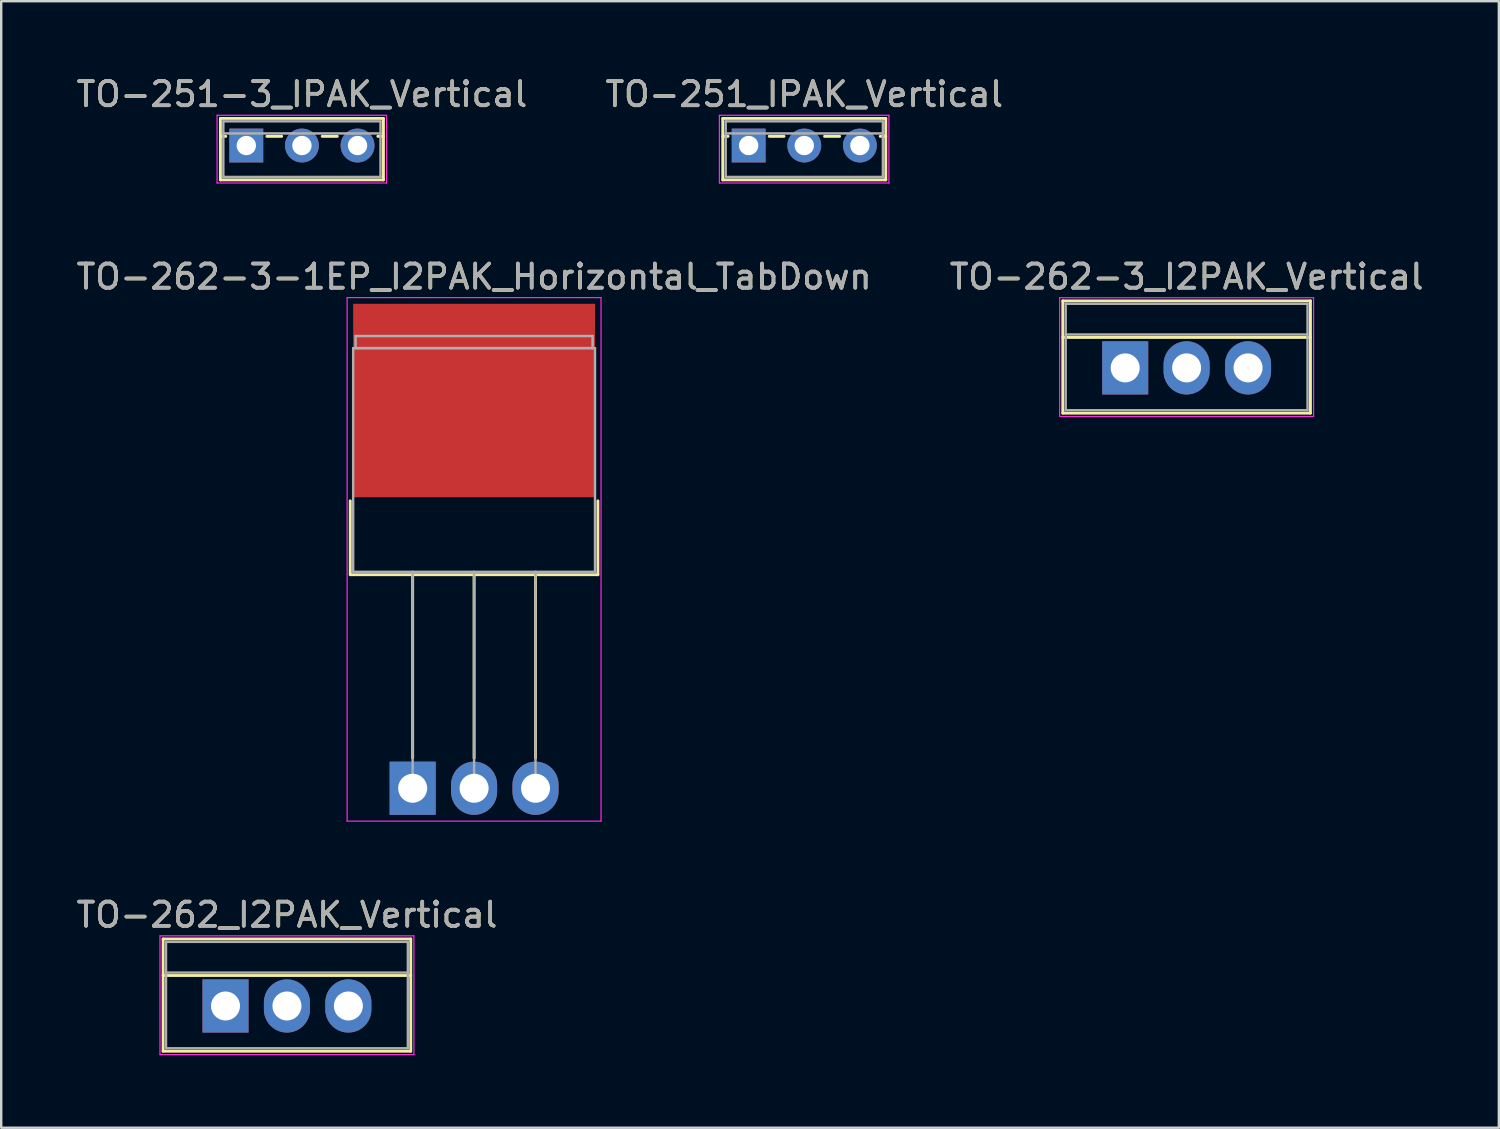
<source format=kicad_pcb>
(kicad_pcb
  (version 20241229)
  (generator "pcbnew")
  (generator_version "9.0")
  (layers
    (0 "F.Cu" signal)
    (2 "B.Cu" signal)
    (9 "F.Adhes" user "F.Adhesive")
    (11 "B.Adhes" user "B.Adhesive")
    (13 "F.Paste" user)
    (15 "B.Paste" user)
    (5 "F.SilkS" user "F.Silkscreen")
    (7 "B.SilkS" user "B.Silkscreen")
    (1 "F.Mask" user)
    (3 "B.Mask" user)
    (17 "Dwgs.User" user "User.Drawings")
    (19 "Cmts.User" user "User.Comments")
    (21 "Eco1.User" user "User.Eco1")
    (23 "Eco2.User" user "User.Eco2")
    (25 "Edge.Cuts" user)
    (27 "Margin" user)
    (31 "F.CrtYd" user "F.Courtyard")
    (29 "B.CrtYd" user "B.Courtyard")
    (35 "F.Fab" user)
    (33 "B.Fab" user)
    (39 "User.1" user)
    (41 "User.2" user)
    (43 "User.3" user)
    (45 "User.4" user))
  (footprint "TO-262_I2PAK_Vertical"
    (layer "F.Cu")
    (at 6.275 38.548)
    (property "Reference" "TO-262_I2PAK_Vertical" (at 2.54 -3.77 0) (layer "F.SilkS") (effects (font (size 1 1) (thickness 0.15))))
    (attr through_hole)
    (fp_line (start -2.58 -2.77) (end -2.58 1.871) (stroke (width 0.12) (type solid)) (layer "F.SilkS"))
    (fp_line (start -2.58 -2.77) (end 7.66 -2.77) (stroke (width 0.12) (type solid)) (layer "F.SilkS"))
    (fp_line (start -2.58 -1.26) (end 7.66 -1.26) (stroke (width 0.12) (type solid)) (layer "F.SilkS"))
    (fp_line (start -2.58 1.871) (end 7.66 1.871) (stroke (width 0.12) (type solid)) (layer "F.SilkS"))
    (fp_line (start 7.66 -2.77) (end 7.66 1.871) (stroke (width 0.12) (type solid)) (layer "F.SilkS"))
    (fp_line (start -2.71 -2.9) (end -2.71 2.01) (stroke (width 0.05) (type solid)) (layer "F.CrtYd"))
    (fp_line (start -2.71 2.01) (end 7.79 2.01) (stroke (width 0.05) (type solid)) (layer "F.CrtYd"))
    (fp_line (start 7.79 -2.9) (end -2.71 -2.9) (stroke (width 0.05) (type solid)) (layer "F.CrtYd"))
    (fp_line (start 7.79 2.01) (end 7.79 -2.9) (stroke (width 0.05) (type solid)) (layer "F.CrtYd"))
    (fp_line (start -2.46 -2.65) (end -2.46 1.75) (stroke (width 0.1) (type solid)) (layer "F.Fab"))
    (fp_line (start -2.46 -1.38) (end 7.54 -1.38) (stroke (width 0.1) (type solid)) (layer "F.Fab"))
    (fp_line (start -2.46 1.75) (end 7.54 1.75) (stroke (width 0.1) (type solid)) (layer "F.Fab"))
    (fp_line (start 7.54 -2.65) (end -2.46 -2.65) (stroke (width 0.1) (type solid)) (layer "F.Fab"))
    (fp_line (start 7.54 1.75) (end 7.54 -2.65) (stroke (width 0.1) (type solid)) (layer "F.Fab"))
    (fp_text user "${REFERENCE}" (at 2.54 -3.77 0) (layer "F.Fab") (effects (font (size 1 1) (thickness 0.15))))
    (pad "1" thru_hole rect (at 0 0) (size 1.905 2.2) (drill 1.2) (layers "*.Cu" "*.Mask"))
    (pad "2" thru_hole oval (at 2.54 0) (size 1.905 2.2) (drill 1.2) (layers "*.Cu" "*.Mask"))
    (pad "3" thru_hole oval (at 5.08 0) (size 1.905 2.2) (drill 1.2) (layers "*.Cu" "*.Mask")))
  (footprint "TO-262-3-1EP_I2PAK_Horizontal_TabDown"
    (layer "F.Cu")
    (at 14.014 29.545)
    (property "Reference" "TO-262-3-1EP_I2PAK_Horizontal_TabDown" (at 2.54 -21.153 0) (layer "F.SilkS") (effects (font (size 1 1) (thickness 0.15))))
    (attr through_hole)
    (fp_line (start -2.58 -11.884) (end -2.58 -8.83) (stroke (width 0.12) (type solid)) (layer "F.SilkS"))
    (fp_line (start -2.58 -8.83) (end 7.66 -8.83) (stroke (width 0.12) (type solid)) (layer "F.SilkS"))
    (fp_line (start 0 -8.83) (end 0 -1.25) (stroke (width 0.12) (type solid)) (layer "F.SilkS"))
    (fp_line (start 2.54 -8.83) (end 2.54 -1.25) (stroke (width 0.12) (type solid)) (layer "F.SilkS"))
    (fp_line (start 5.08 -8.83) (end 5.08 -1.25) (stroke (width 0.12) (type solid)) (layer "F.SilkS"))
    (fp_line (start 7.66 -11.884) (end 7.66 -8.83) (stroke (width 0.12) (type solid)) (layer "F.SilkS"))
    (fp_line (start -2.71 -20.29) (end -2.71 1.36) (stroke (width 0.05) (type solid)) (layer "F.CrtYd"))
    (fp_line (start -2.71 1.36) (end 7.79 1.36) (stroke (width 0.05) (type solid)) (layer "F.CrtYd"))
    (fp_line (start 7.79 -20.29) (end -2.71 -20.29) (stroke (width 0.05) (type solid)) (layer "F.CrtYd"))
    (fp_line (start 7.79 1.36) (end 7.79 -20.29) (stroke (width 0.05) (type solid)) (layer "F.CrtYd"))
    (fp_line (start -2.46 -18.2) (end 7.54 -18.2) (stroke (width 0.1) (type solid)) (layer "F.Fab"))
    (fp_line (start -2.46 -8.95) (end -2.46 -18.2) (stroke (width 0.1) (type solid)) (layer "F.Fab"))
    (fp_line (start -2.36 -18.7) (end 7.44 -18.7) (stroke (width 0.1) (type solid)) (layer "F.Fab"))
    (fp_line (start -2.36 -18.2) (end -2.36 -18.7) (stroke (width 0.1) (type solid)) (layer "F.Fab"))
    (fp_line (start 0 -8.95) (end 0 0) (stroke (width 0.1) (type solid)) (layer "F.Fab"))
    (fp_line (start 2.54 -8.95) (end 2.54 0) (stroke (width 0.1) (type solid)) (layer "F.Fab"))
    (fp_line (start 5.08 -8.95) (end 5.08 0) (stroke (width 0.1) (type solid)) (layer "F.Fab"))
    (fp_line (start 7.44 -18.7) (end 7.44 -18.2) (stroke (width 0.1) (type solid)) (layer "F.Fab"))
    (fp_line (start 7.44 -18.2) (end -2.36 -18.2) (stroke (width 0.1) (type solid)) (layer "F.Fab"))
    (fp_line (start 7.54 -18.2) (end 7.54 -8.95) (stroke (width 0.1) (type solid)) (layer "F.Fab"))
    (fp_line (start 7.54 -8.95) (end -2.46 -8.95) (stroke (width 0.1) (type solid)) (layer "F.Fab"))
    (fp_text user "${REFERENCE}" (at 2.54 -21.153 0) (layer "F.Fab") (effects (font (size 1 1) (thickness 0.15))))
    (pad "1" thru_hole rect (at 0 0) (size 1.905 2.2) (drill 1.2) (layers "*.Cu" "*.Mask"))
    (pad "2" thru_hole oval (at 2.54 0) (size 1.905 2.2) (drill 1.2) (layers "*.Cu" "*.Mask"))
    (pad "3" thru_hole oval (at 5.08 0) (size 1.905 2.2) (drill 1.2) (layers "*.Cu" "*.Mask"))
    (pad "4" smd rect (at 2.54 -16.033) (size 10 8) (layers "F.Cu" "F.Mask")))
  (footprint "TO-251_IPAK_Vertical"
    (layer "F.Cu")
    (at 27.908 2.968)
    (property "Reference" "TO-251_IPAK_Vertical" (at 2.3 -2.12 0) (layer "F.SilkS") (effects (font (size 1 1) (thickness 0.15))))
    (attr through_hole)
    (fp_line (start -1.071 -1.12) (end -1.071 1.42) (stroke (width 0.12) (type solid)) (layer "F.SilkS"))
    (fp_line (start -1.071 -1.12) (end 5.67 -1.12) (stroke (width 0.12) (type solid)) (layer "F.SilkS"))
    (fp_line (start -1.071 -0.381) (end -0.85 -0.381) (stroke (width 0.12) (type solid)) (layer "F.SilkS"))
    (fp_line (start -1.071 1.42) (end 5.67 1.42) (stroke (width 0.12) (type solid)) (layer "F.SilkS"))
    (fp_line (start 0.85 -0.381) (end 1.462 -0.381) (stroke (width 0.12) (type solid)) (layer "F.SilkS"))
    (fp_line (start 3.139 -0.381) (end 3.762 -0.381) (stroke (width 0.12) (type solid)) (layer "F.SilkS"))
    (fp_line (start 5.439 -0.381) (end 5.67 -0.381) (stroke (width 0.12) (type solid)) (layer "F.SilkS"))
    (fp_line (start 5.67 -1.12) (end 5.67 1.42) (stroke (width 0.12) (type solid)) (layer "F.SilkS"))
    (fp_line (start -1.21 -1.25) (end -1.21 1.55) (stroke (width 0.05) (type solid)) (layer "F.CrtYd"))
    (fp_line (start -1.21 1.55) (end 5.8 1.55) (stroke (width 0.05) (type solid)) (layer "F.CrtYd"))
    (fp_line (start 5.8 -1.25) (end -1.21 -1.25) (stroke (width 0.05) (type solid)) (layer "F.CrtYd"))
    (fp_line (start 5.8 1.55) (end 5.8 -1.25) (stroke (width 0.05) (type solid)) (layer "F.CrtYd"))
    (fp_line (start -0.95 -1) (end -0.95 1.3) (stroke (width 0.1) (type solid)) (layer "F.Fab"))
    (fp_line (start -0.95 -0.5) (end 5.55 -0.5) (stroke (width 0.1) (type solid)) (layer "F.Fab"))
    (fp_line (start -0.95 1.3) (end 5.55 1.3) (stroke (width 0.1) (type solid)) (layer "F.Fab"))
    (fp_line (start 5.55 -1) (end -0.95 -1) (stroke (width 0.1) (type solid)) (layer "F.Fab"))
    (fp_line (start 5.55 1.3) (end 5.55 -1) (stroke (width 0.1) (type solid)) (layer "F.Fab"))
    (fp_text user "${REFERENCE}" (at 2.3 -2.12 0) (layer "F.Fab") (effects (font (size 1 1) (thickness 0.15))))
    (pad "1" thru_hole rect (at 0 0) (size 1.4 1.4) (drill 0.8) (layers "*.Cu" "*.Mask"))
    (pad "2" thru_hole oval (at 2.3 0) (size 1.4 1.4) (drill 0.8) (layers "*.Cu" "*.Mask"))
    (pad "3" thru_hole oval (at 4.6 0) (size 1.4 1.4) (drill 0.8) (layers "*.Cu" "*.Mask")))
  (footprint "TO-251-3_IPAK_Vertical"
    (layer "F.Cu")
    (at 7.135 2.968)
    (property "Reference" "TO-251-3_IPAK_Vertical" (at 2.3 -2.12 0) (layer "F.SilkS") (effects (font (size 1 1) (thickness 0.15))))
    (attr through_hole)
    (fp_line (start -1.071 -1.12) (end -1.071 1.42) (stroke (width 0.12) (type solid)) (layer "F.SilkS"))
    (fp_line (start -1.071 -1.12) (end 5.67 -1.12) (stroke (width 0.12) (type solid)) (layer "F.SilkS"))
    (fp_line (start -1.071 -0.381) (end -0.85 -0.381) (stroke (width 0.12) (type solid)) (layer "F.SilkS"))
    (fp_line (start -1.071 1.42) (end 5.67 1.42) (stroke (width 0.12) (type solid)) (layer "F.SilkS"))
    (fp_line (start 0.85 -0.381) (end 1.462 -0.381) (stroke (width 0.12) (type solid)) (layer "F.SilkS"))
    (fp_line (start 3.139 -0.381) (end 3.762 -0.381) (stroke (width 0.12) (type solid)) (layer "F.SilkS"))
    (fp_line (start 5.439 -0.381) (end 5.67 -0.381) (stroke (width 0.12) (type solid)) (layer "F.SilkS"))
    (fp_line (start 5.67 -1.12) (end 5.67 1.42) (stroke (width 0.12) (type solid)) (layer "F.SilkS"))
    (fp_line (start -1.21 -1.25) (end -1.21 1.55) (stroke (width 0.05) (type solid)) (layer "F.CrtYd"))
    (fp_line (start -1.21 1.55) (end 5.8 1.55) (stroke (width 0.05) (type solid)) (layer "F.CrtYd"))
    (fp_line (start 5.8 -1.25) (end -1.21 -1.25) (stroke (width 0.05) (type solid)) (layer "F.CrtYd"))
    (fp_line (start 5.8 1.55) (end 5.8 -1.25) (stroke (width 0.05) (type solid)) (layer "F.CrtYd"))
    (fp_line (start -0.95 -1) (end -0.95 1.3) (stroke (width 0.1) (type solid)) (layer "F.Fab"))
    (fp_line (start -0.95 -0.5) (end 5.55 -0.5) (stroke (width 0.1) (type solid)) (layer "F.Fab"))
    (fp_line (start -0.95 1.3) (end 5.55 1.3) (stroke (width 0.1) (type solid)) (layer "F.Fab"))
    (fp_line (start 5.55 -1) (end -0.95 -1) (stroke (width 0.1) (type solid)) (layer "F.Fab"))
    (fp_line (start 5.55 1.3) (end 5.55 -1) (stroke (width 0.1) (type solid)) (layer "F.Fab"))
    (fp_text user "${REFERENCE}" (at 2.3 -2.12 0) (layer "F.Fab") (effects (font (size 1 1) (thickness 0.15))))
    (pad "1" thru_hole rect (at 0 0) (size 1.4 1.4) (drill 0.8) (layers "*.Cu" "*.Mask"))
    (pad "2" thru_hole oval (at 2.3 0) (size 1.4 1.4) (drill 0.8) (layers "*.Cu" "*.Mask"))
    (pad "3" thru_hole oval (at 4.6 0) (size 1.4 1.4) (drill 0.8) (layers "*.Cu" "*.Mask")))
  (footprint "TO-262-3_I2PAK_Vertical"
    (layer "F.Cu")
    (at 43.478 12.162)
    (property "Reference" "TO-262-3_I2PAK_Vertical" (at 2.54 -3.77 0) (layer "F.SilkS") (effects (font (size 1 1) (thickness 0.15))))
    (attr through_hole)
    (fp_line (start -2.58 -2.77) (end -2.58 1.871) (stroke (width 0.12) (type solid)) (layer "F.SilkS"))
    (fp_line (start -2.58 -2.77) (end 7.66 -2.77) (stroke (width 0.12) (type solid)) (layer "F.SilkS"))
    (fp_line (start -2.58 -1.26) (end 7.66 -1.26) (stroke (width 0.12) (type solid)) (layer "F.SilkS"))
    (fp_line (start -2.58 1.871) (end 7.66 1.871) (stroke (width 0.12) (type solid)) (layer "F.SilkS"))
    (fp_line (start 7.66 -2.77) (end 7.66 1.871) (stroke (width 0.12) (type solid)) (layer "F.SilkS"))
    (fp_line (start -2.71 -2.9) (end -2.71 2.01) (stroke (width 0.05) (type solid)) (layer "F.CrtYd"))
    (fp_line (start -2.71 2.01) (end 7.79 2.01) (stroke (width 0.05) (type solid)) (layer "F.CrtYd"))
    (fp_line (start 7.79 -2.9) (end -2.71 -2.9) (stroke (width 0.05) (type solid)) (layer "F.CrtYd"))
    (fp_line (start 7.79 2.01) (end 7.79 -2.9) (stroke (width 0.05) (type solid)) (layer "F.CrtYd"))
    (fp_line (start -2.46 -2.65) (end -2.46 1.75) (stroke (width 0.1) (type solid)) (layer "F.Fab"))
    (fp_line (start -2.46 -1.38) (end 7.54 -1.38) (stroke (width 0.1) (type solid)) (layer "F.Fab"))
    (fp_line (start -2.46 1.75) (end 7.54 1.75) (stroke (width 0.1) (type solid)) (layer "F.Fab"))
    (fp_line (start 7.54 -2.65) (end -2.46 -2.65) (stroke (width 0.1) (type solid)) (layer "F.Fab"))
    (fp_line (start 7.54 1.75) (end 7.54 -2.65) (stroke (width 0.1) (type solid)) (layer "F.Fab"))
    (fp_text user "${REFERENCE}" (at 2.54 -3.77 0) (layer "F.Fab") (effects (font (size 1 1) (thickness 0.15))))
    (pad "1" thru_hole rect (at 0 0) (size 1.905 2.2) (drill 1.2) (layers "*.Cu" "*.Mask"))
    (pad "2" thru_hole oval (at 2.54 0) (size 1.905 2.2) (drill 1.2) (layers "*.Cu" "*.Mask"))
    (pad "3" thru_hole oval (at 5.08 0) (size 1.905 2.2) (drill 1.2) (layers "*.Cu" "*.Mask")))
  (gr_rect
    (start -3 -3)
    (end 58.929 43.583)
    (stroke (width 0.1) (type default))
    (fill no)
    (layer "Edge.Cuts")))
</source>
